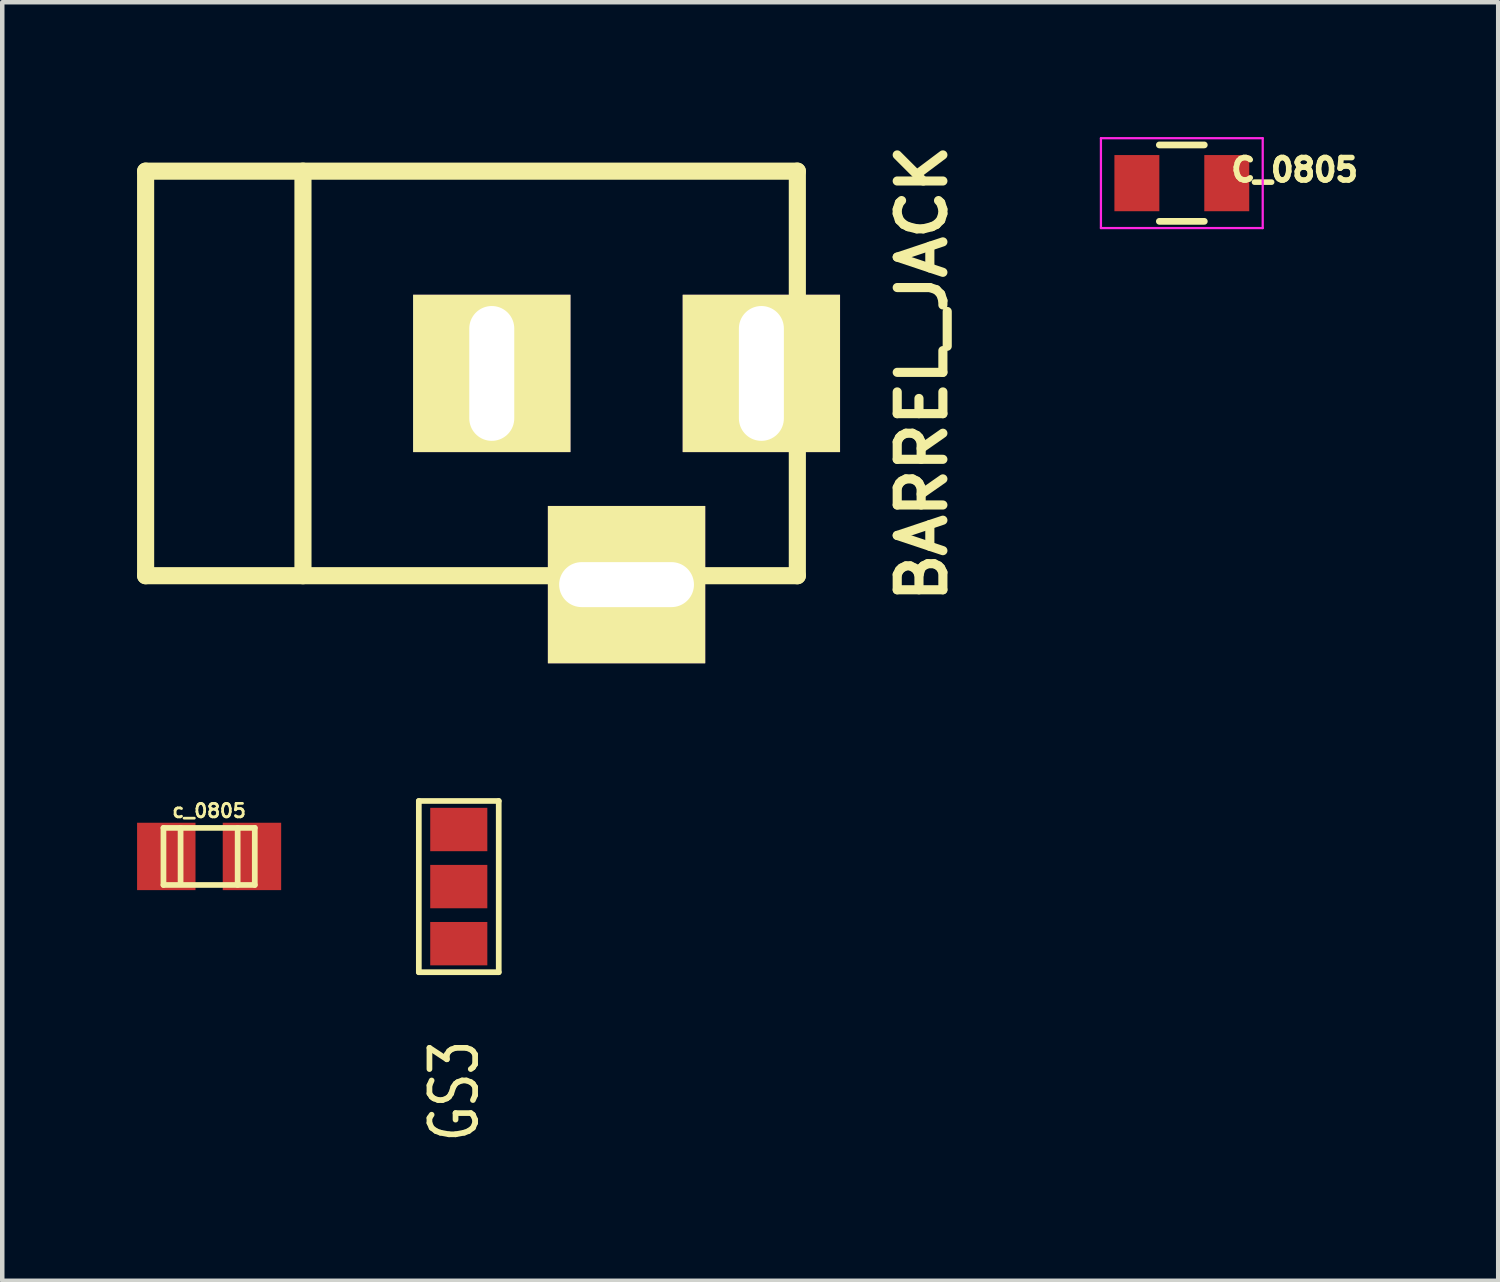
<source format=kicad_pcb>
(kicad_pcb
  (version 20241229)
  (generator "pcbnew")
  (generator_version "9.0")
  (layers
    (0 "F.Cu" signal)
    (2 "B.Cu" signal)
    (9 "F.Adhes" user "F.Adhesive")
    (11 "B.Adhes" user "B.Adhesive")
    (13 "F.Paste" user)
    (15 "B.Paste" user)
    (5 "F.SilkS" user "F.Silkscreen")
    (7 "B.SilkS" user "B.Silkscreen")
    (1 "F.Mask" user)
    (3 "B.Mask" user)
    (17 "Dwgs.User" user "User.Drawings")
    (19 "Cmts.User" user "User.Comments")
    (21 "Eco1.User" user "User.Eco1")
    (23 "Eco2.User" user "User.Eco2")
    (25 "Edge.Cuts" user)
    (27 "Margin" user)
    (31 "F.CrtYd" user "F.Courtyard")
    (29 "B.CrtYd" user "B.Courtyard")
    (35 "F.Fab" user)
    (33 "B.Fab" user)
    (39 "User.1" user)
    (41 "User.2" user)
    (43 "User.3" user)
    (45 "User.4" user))
  (footprint "GS3"
    (layer "F.Cu")
    (at 7.158 16.677)
    (property "Reference" "GS3" (at -0.1 4.55 90) (layer "F.SilkS") (effects (font (size 1.016 0.762) (thickness 0.127))))
    (attr exclude_from_pos_files exclude_from_bom)
    (fp_line (start -0.889 -1.905) (end -0.889 1.905) (stroke (width 0.127) (type solid)) (layer "F.SilkS"))
    (fp_line (start -0.889 -1.905) (end 0.889 -1.905) (stroke (width 0.127) (type solid)) (layer "F.SilkS"))
    (fp_line (start -0.889 1.905) (end 0.889 1.905) (stroke (width 0.127) (type solid)) (layer "F.SilkS"))
    (fp_line (start 0.889 1.905) (end 0.889 -1.905) (stroke (width 0.127) (type solid)) (layer "F.SilkS"))
    (pad "1" smd rect (at 0 -1.27) (size 1.27 0.965) (layers "F.Cu" "F.Mask" "F.Paste"))
    (pad "2" smd rect (at 0 0) (size 1.27 0.965) (layers "F.Cu" "F.Mask" "F.Paste"))
    (pad "3" smd rect (at 0 1.27) (size 1.27 0.965) (layers "F.Cu" "F.Mask" "F.Paste")))
  (footprint "C_0805"
    (layer "F.Cu")
    (at 23.246 1.025)
    (property "Reference" "C_0805" (at 2.51 -0.295 0) (layer "F.SilkS") (effects (font (size 0.5 0.5) (thickness 0.125))))
    (attr smd)
    (fp_line (start -0.5 0.85) (end 0.5 0.85) (stroke (width 0.15) (type solid)) (layer "F.SilkS"))
    (fp_line (start 0.5 -0.85) (end -0.5 -0.85) (stroke (width 0.15) (type solid)) (layer "F.SilkS"))
    (fp_line (start -1.8 -1) (end -1.8 1) (stroke (width 0.05) (type solid)) (layer "F.CrtYd"))
    (fp_line (start -1.8 -1) (end 1.8 -1) (stroke (width 0.05) (type solid)) (layer "F.CrtYd"))
    (fp_line (start -1.8 1) (end 1.8 1) (stroke (width 0.05) (type solid)) (layer "F.CrtYd"))
    (fp_line (start 1.8 -1) (end 1.8 1) (stroke (width 0.05) (type solid)) (layer "F.CrtYd"))
    (pad "1" smd rect (at -1 0) (size 1 1.25) (layers "F.Cu" "F.Mask" "F.Paste"))
    (pad "2" smd rect (at 1 0) (size 1 1.25) (layers "F.Cu" "F.Mask" "F.Paste")))
  (footprint "BARREL_JACK"
    (layer "F.Cu")
    (at 7.691 5.259)
    (property "Reference" "BARREL_JACK" (at 9.779 0 90) (layer "F.SilkS") (effects (font (size 1.016 1.016) (thickness 0.203))))
    (attr through_hole)
    (fp_line (start -7.501 -4.501) (end -7.501 4.501) (stroke (width 0.381) (type solid)) (layer "F.SilkS"))
    (fp_line (start -7.501 4.501) (end 7 4.501) (stroke (width 0.381) (type solid)) (layer "F.SilkS"))
    (fp_line (start -4 -4.501) (end -4 4.501) (stroke (width 0.381) (type solid)) (layer "F.SilkS"))
    (fp_line (start 7 -4.501) (end -7.501 -4.501) (stroke (width 0.381) (type solid)) (layer "F.SilkS"))
    (fp_line (start 7 4.501) (end 7 -4.501) (stroke (width 0.381) (type solid)) (layer "F.SilkS"))
    (pad "1" thru_hole rect (at 6.2 0) (size 3.5 3.5) (drill oval 1.001 3) (layers "*.Cu" "*.Mask" "F.SilkS"))
    (pad "2" thru_hole rect (at 0.201 0) (size 3.5 3.5) (drill oval 1.001 3) (layers "*.Cu" "*.Mask" "F.SilkS"))
    (pad "3" thru_hole rect (at 3.2 4.699) (size 3.5 3.5) (drill oval 3 1.001) (layers "*.Cu" "*.Mask" "F.SilkS")))
  (footprint "c_0805"
    (layer "F.Cu")
    (at 1.603 16.006)
    (property "Reference" "c_0805" (at 0 -1.016 0) (layer "F.SilkS") (effects (font (size 0.3 0.3) (thickness 0.061))))
    (attr through_hole)
    (fp_line (start -1.016 -0.635) (end 1.016 -0.635) (stroke (width 0.127) (type solid)) (layer "F.SilkS"))
    (fp_line (start -1.016 0.635) (end -1.016 -0.635) (stroke (width 0.127) (type solid)) (layer "F.SilkS"))
    (fp_line (start -0.635 -0.635) (end -0.635 0.61) (stroke (width 0.127) (type solid)) (layer "F.SilkS"))
    (fp_line (start 0.635 -0.635) (end 0.635 0.635) (stroke (width 0.127) (type solid)) (layer "F.SilkS"))
    (fp_line (start 1.016 -0.635) (end 1.016 0.635) (stroke (width 0.127) (type solid)) (layer "F.SilkS"))
    (fp_line (start 1.016 0.635) (end -1.016 0.635) (stroke (width 0.127) (type solid)) (layer "F.SilkS"))
    (pad "1" smd rect (at 0.953 0) (size 1.3 1.499) (layers "F.Cu" "F.Mask" "F.Paste"))
    (pad "2" smd rect (at -0.953 0) (size 1.3 1.499) (layers "F.Cu" "F.Mask" "F.Paste")))
  (gr_rect
    (start -3 -3)
    (end 30.286 25.448)
    (stroke (width 0.1) (type default))
    (fill no)
    (layer "Edge.Cuts")))
</source>
